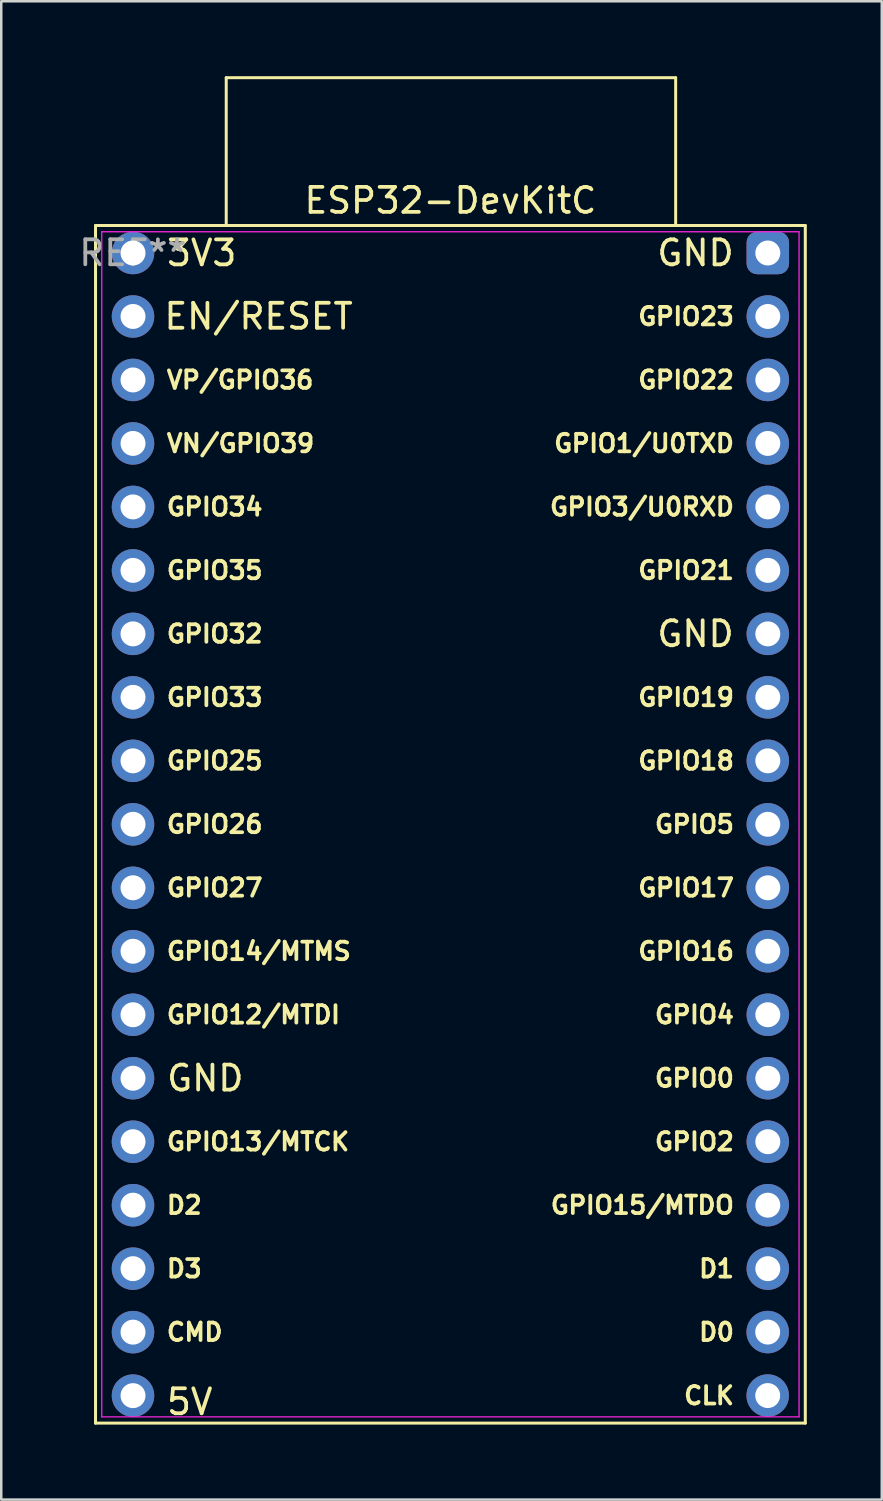
<source format=kicad_pcb>
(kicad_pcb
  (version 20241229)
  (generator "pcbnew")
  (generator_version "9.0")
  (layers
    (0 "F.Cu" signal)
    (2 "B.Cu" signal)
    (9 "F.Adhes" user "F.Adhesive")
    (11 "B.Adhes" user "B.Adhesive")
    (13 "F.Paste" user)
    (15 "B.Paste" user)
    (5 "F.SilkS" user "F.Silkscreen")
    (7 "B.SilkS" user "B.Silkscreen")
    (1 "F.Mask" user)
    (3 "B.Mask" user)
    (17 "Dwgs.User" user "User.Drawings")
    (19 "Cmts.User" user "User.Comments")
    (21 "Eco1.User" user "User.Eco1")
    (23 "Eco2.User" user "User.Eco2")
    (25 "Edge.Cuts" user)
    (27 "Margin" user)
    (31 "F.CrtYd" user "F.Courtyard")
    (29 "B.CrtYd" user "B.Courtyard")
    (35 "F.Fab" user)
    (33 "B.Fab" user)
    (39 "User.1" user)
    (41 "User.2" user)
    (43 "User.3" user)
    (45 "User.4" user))
  (footprint "ESP32-DevKitC"
    (layer "F.Cu")
    (at 2.268 7.07)
    (property "Reference" "ESP32-DevKitC" (at 12.704 -2.097 0) (layer "F.SilkS") (effects (font (size 1 1) (thickness 0.15))))
    (attr through_hole)
    (fp_line (start -1.496 46.823) (end 26.904 46.823) (stroke (width 0.12) (type solid)) (layer "F.SilkS"))
    (fp_line (start -1.496 -1.097) (end -1.496 46.823) (stroke (width 0.12) (type solid)) (layer "F.SilkS"))
    (fp_line (start 3.734 -7.01) (end 21.717 -7.01) (stroke (width 0.12) (type solid)) (layer "F.SilkS"))
    (fp_line (start 3.734 -1.118) (end 3.734 -7.01) (stroke (width 0.12) (type solid)) (layer "F.SilkS"))
    (fp_line (start 21.717 -7.01) (end 21.717 -1.118) (stroke (width 0.12) (type solid)) (layer "F.SilkS"))
    (fp_line (start 26.904 46.823) (end 26.904 -1.097) (stroke (width 0.12) (type solid)) (layer "F.SilkS"))
    (fp_line (start 26.904 -1.097) (end -1.496 -1.097) (stroke (width 0.12) (type solid)) (layer "F.SilkS"))
    (fp_line (start -1.246 -0.847) (end 26.654 -0.847) (stroke (width 0.05) (type solid)) (layer "F.CrtYd"))
    (fp_line (start -1.246 46.573) (end -1.246 -0.847) (stroke (width 0.05) (type solid)) (layer "F.CrtYd"))
    (fp_line (start 26.654 -0.847) (end 26.654 46.573) (stroke (width 0.05) (type solid)) (layer "F.CrtYd"))
    (fp_line (start 26.654 46.573) (end -1.246 46.573) (stroke (width 0.05) (type solid)) (layer "F.CrtYd"))
    (fp_text user "GPIO34" (at 1.274 10.163 0) (unlocked yes) (layer "F.SilkS") (effects (font (size 0.7 0.7) (thickness 0.15)) (justify left)))
    (fp_text user "3V3" (at 1.274 0.003 0) (unlocked yes) (layer "F.SilkS") (effects (font (size 1 1) (thickness 0.15)) (justify left)))
    (fp_text user "5V" (at 1.27 45.974 0) (unlocked yes) (layer "F.SilkS") (effects (font (size 1 1) (thickness 0.15)) (justify left)))
    (fp_text user "GPIO5" (at 24.134 22.863 0) (unlocked yes) (layer "F.SilkS") (effects (font (size 0.7 0.7) (thickness 0.15)) (justify right)))
    (fp_text user "GPIO32" (at 1.274 15.243 0) (unlocked yes) (layer "F.SilkS") (effects (font (size 0.7 0.7) (thickness 0.15)) (justify left)))
    (fp_text user "VN/GPIO39" (at 1.274 7.623 0) (unlocked yes) (layer "F.SilkS") (effects (font (size 0.7 0.7) (thickness 0.15)) (justify left)))
    (fp_text user "GPIO23" (at 24.134 2.543 0) (unlocked yes) (layer "F.SilkS") (effects (font (size 0.7 0.7) (thickness 0.15)) (justify right)))
    (fp_text user "GPIO18" (at 24.134 20.323 0) (unlocked yes) (layer "F.SilkS") (effects (font (size 0.7 0.7) (thickness 0.15)) (justify right)))
    (fp_text user "GPIO26" (at 1.274 22.863 0) (unlocked yes) (layer "F.SilkS") (effects (font (size 0.7 0.7) (thickness 0.15)) (justify left)))
    (fp_text user "GPIO1/U0TXD" (at 24.134 7.623 0) (unlocked yes) (layer "F.SilkS") (effects (font (size 0.7 0.7) (thickness 0.15)) (justify right)))
    (fp_text user "CLK" (at 24.134 45.723 0) (unlocked yes) (layer "F.SilkS") (effects (font (size 0.7 0.7) (thickness 0.15)) (justify right)))
    (fp_text user "GPIO12/MTDI" (at 1.274 30.483 0) (unlocked yes) (layer "F.SilkS") (effects (font (size 0.7 0.7) (thickness 0.15)) (justify left)))
    (fp_text user "EN/RESET" (at 8.89 2.54 0) (unlocked yes) (layer "F.SilkS") (effects (font (size 1 1) (thickness 0.15)) (justify right)))
    (fp_text user "D1" (at 24.134 40.643 0) (unlocked yes) (layer "F.SilkS") (effects (font (size 0.7 0.7) (thickness 0.15)) (justify right)))
    (fp_text user "D3" (at 1.274 40.643 0) (unlocked yes) (layer "F.SilkS") (effects (font (size 0.7 0.7) (thickness 0.15)) (justify left)))
    (fp_text user "GPIO19" (at 24.134 17.783 0) (unlocked yes) (layer "F.SilkS") (effects (font (size 0.7 0.7) (thickness 0.15)) (justify right)))
    (fp_text user "GPIO14/MTMS" (at 1.274 27.943 0) (unlocked yes) (layer "F.SilkS") (effects (font (size 0.7 0.7) (thickness 0.15)) (justify left)))
    (fp_text user "GPIO25" (at 1.274 20.323 0) (unlocked yes) (layer "F.SilkS") (effects (font (size 0.7 0.7) (thickness 0.15)) (justify left)))
    (fp_text user "GPIO22" (at 24.134 5.083 0) (unlocked yes) (layer "F.SilkS") (effects (font (size 0.7 0.7) (thickness 0.15)) (justify right)))
    (fp_text user "GPIO15/MTDO" (at 24.134 38.103 0) (unlocked yes) (layer "F.SilkS") (effects (font (size 0.7 0.7) (thickness 0.15)) (justify right)))
    (fp_text user "D2" (at 1.274 38.103 0) (unlocked yes) (layer "F.SilkS") (effects (font (size 0.7 0.7) (thickness 0.15)) (justify left)))
    (fp_text user "GND" (at 1.274 33.023 0) (unlocked yes) (layer "F.SilkS") (effects (font (size 1 1) (thickness 0.15)) (justify left)))
    (fp_text user "GPIO13/MTCK" (at 1.274 35.563 0) (unlocked yes) (layer "F.SilkS") (effects (font (size 0.7 0.7) (thickness 0.15)) (justify left)))
    (fp_text user "VP/GPIO36" (at 1.274 5.083 0) (unlocked yes) (layer "F.SilkS") (effects (font (size 0.7 0.7) (thickness 0.15)) (justify left)))
    (fp_text user "GPIO21" (at 24.134 12.703 0) (unlocked yes) (layer "F.SilkS") (effects (font (size 0.7 0.7) (thickness 0.15)) (justify right)))
    (fp_text user "GND" (at 24.134 15.243 0) (unlocked yes) (layer "F.SilkS") (effects (font (size 1 1) (thickness 0.15)) (justify right)))
    (fp_text user "GPIO35" (at 1.274 12.703 0) (unlocked yes) (layer "F.SilkS") (effects (font (size 0.7 0.7) (thickness 0.15)) (justify left)))
    (fp_text user "GND" (at 24.134 0.003 0) (unlocked yes) (layer "F.SilkS") (effects (font (size 1 1) (thickness 0.15)) (justify right)))
    (fp_text user "GPIO17" (at 24.134 25.403 0) (unlocked yes) (layer "F.SilkS") (effects (font (size 0.7 0.7) (thickness 0.15)) (justify right)))
    (fp_text user "D0" (at 24.134 43.183 0) (unlocked yes) (layer "F.SilkS") (effects (font (size 0.7 0.7) (thickness 0.15)) (justify right)))
    (fp_text user "GPIO3/U0RXD" (at 24.134 10.163 0) (unlocked yes) (layer "F.SilkS") (effects (font (size 0.7 0.7) (thickness 0.15)) (justify right)))
    (fp_text user "GPIO33" (at 1.274 17.783 0) (unlocked yes) (layer "F.SilkS") (effects (font (size 0.7 0.7) (thickness 0.15)) (justify left)))
    (fp_text user "GPIO0" (at 24.134 33.023 0) (unlocked yes) (layer "F.SilkS") (effects (font (size 0.7 0.7) (thickness 0.15)) (justify right)))
    (fp_text user "GPIO27" (at 1.274 25.403 0) (unlocked yes) (layer "F.SilkS") (effects (font (size 0.7 0.7) (thickness 0.15)) (justify left)))
    (fp_text user "GPIO16" (at 24.134 27.943 0) (unlocked yes) (layer "F.SilkS") (effects (font (size 0.7 0.7) (thickness 0.15)) (justify right)))
    (fp_text user "GPIO4" (at 24.134 30.483 0) (unlocked yes) (layer "F.SilkS") (effects (font (size 0.7 0.7) (thickness 0.15)) (justify right)))
    (fp_text user "CMD" (at 1.274 43.183 0) (unlocked yes) (layer "F.SilkS") (effects (font (size 0.7 0.7) (thickness 0.15)) (justify left)))
    (fp_text user "GPIO2" (at 24.134 35.563 0) (unlocked yes) (layer "F.SilkS") (effects (font (size 0.7 0.7) (thickness 0.15)) (justify right)))
    (fp_text user "REF**" (at 0 0 0) (layer "F.Fab") (effects (font (size 1 1) (thickness 0.15))))
    (pad "1" thru_hole circle (at 0.004 0.003 270) (size 1.7 1.7) (drill 1) (layers "*.Cu" "*.Mask"))
    (pad "2" thru_hole circle (at 0.004 2.543 270) (size 1.7 1.7) (drill 1) (layers "*.Cu" "*.Mask"))
    (pad "3" thru_hole circle (at 0.004 5.083 270) (size 1.7 1.7) (drill 1) (layers "*.Cu" "*.Mask"))
    (pad "4" thru_hole circle (at 0.004 7.623 270) (size 1.7 1.7) (drill 1) (layers "*.Cu" "*.Mask"))
    (pad "5" thru_hole circle (at 0.004 10.163 270) (size 1.7 1.7) (drill 1) (layers "*.Cu" "*.Mask"))
    (pad "6" thru_hole circle (at 0.004 12.703 270) (size 1.7 1.7) (drill 1) (layers "*.Cu" "*.Mask"))
    (pad "7" thru_hole circle (at 0.004 15.243 270) (size 1.7 1.7) (drill 1) (layers "*.Cu" "*.Mask"))
    (pad "8" thru_hole circle (at 0.004 17.783 270) (size 1.7 1.7) (drill 1) (layers "*.Cu" "*.Mask"))
    (pad "9" thru_hole circle (at 0.004 20.323 270) (size 1.7 1.7) (drill 1) (layers "*.Cu" "*.Mask"))
    (pad "10" thru_hole circle (at 0.004 22.863 270) (size 1.7 1.7) (drill 1) (layers "*.Cu" "*.Mask"))
    (pad "11" thru_hole circle (at 0.004 25.403 270) (size 1.7 1.7) (drill 1) (layers "*.Cu" "*.Mask"))
    (pad "12" thru_hole circle (at 0.004 27.943 270) (size 1.7 1.7) (drill 1) (layers "*.Cu" "*.Mask"))
    (pad "13" thru_hole circle (at 0.004 30.483 270) (size 1.7 1.7) (drill 1) (layers "*.Cu" "*.Mask"))
    (pad "14" thru_hole circle (at 0.004 33.023 270) (size 1.7 1.7) (drill 1) (layers "*.Cu" "*.Mask"))
    (pad "15" thru_hole circle (at 0.004 35.563 270) (size 1.7 1.7) (drill 1) (layers "*.Cu" "*.Mask"))
    (pad "16" thru_hole circle (at 0.004 38.103 270) (size 1.7 1.7) (drill 1) (layers "*.Cu" "*.Mask"))
    (pad "17" thru_hole circle (at 0.004 40.643 270) (size 1.7 1.7) (drill 1) (layers "*.Cu" "*.Mask"))
    (pad "18" thru_hole circle (at 0.004 43.183 270) (size 1.7 1.7) (drill 1) (layers "*.Cu" "*.Mask"))
    (pad "19" thru_hole circle (at 0.004 45.723 270) (size 1.7 1.7) (drill 1) (layers "*.Cu" "*.Mask"))
    (pad "20" thru_hole circle (at 25.4 45.72 270) (size 1.7 1.7) (drill 1) (layers "*.Cu" "*.Mask"))
    (pad "21" thru_hole circle (at 25.4 43.18 270) (size 1.7 1.7) (drill 1) (layers "*.Cu" "*.Mask"))
    (pad "22" thru_hole circle (at 25.404 40.643 270) (size 1.7 1.7) (drill 1) (layers "*.Cu" "*.Mask"))
    (pad "23" thru_hole circle (at 25.404 38.103 270) (size 1.7 1.7) (drill 1) (layers "*.Cu" "*.Mask"))
    (pad "24" thru_hole circle (at 25.404 35.563 270) (size 1.7 1.7) (drill 1) (layers "*.Cu" "*.Mask"))
    (pad "25" thru_hole circle (at 25.404 33.023 270) (size 1.7 1.7) (drill 1) (layers "*.Cu" "*.Mask"))
    (pad "26" thru_hole circle (at 25.404 30.483 270) (size 1.7 1.7) (drill 1) (layers "*.Cu" "*.Mask"))
    (pad "27" thru_hole circle (at 25.404 27.943 270) (size 1.7 1.7) (drill 1) (layers "*.Cu" "*.Mask"))
    (pad "28" thru_hole circle (at 25.404 25.403 270) (size 1.7 1.7) (drill 1) (layers "*.Cu" "*.Mask"))
    (pad "29" thru_hole circle (at 25.404 22.863 270) (size 1.7 1.7) (drill 1) (layers "*.Cu" "*.Mask"))
    (pad "30" thru_hole circle (at 25.404 20.323 270) (size 1.7 1.7) (drill 1) (layers "*.Cu" "*.Mask"))
    (pad "31" thru_hole circle (at 25.404 17.783 270) (size 1.7 1.7) (drill 1) (layers "*.Cu" "*.Mask"))
    (pad "32" thru_hole circle (at 25.404 15.243 270) (size 1.7 1.7) (drill 1) (layers "*.Cu" "*.Mask"))
    (pad "33" thru_hole circle (at 25.404 12.703 270) (size 1.7 1.7) (drill 1) (layers "*.Cu" "*.Mask"))
    (pad "34" thru_hole circle (at 25.404 10.163 270) (size 1.7 1.7) (drill 1) (layers "*.Cu" "*.Mask"))
    (pad "35" thru_hole circle (at 25.404 7.623 270) (size 1.7 1.7) (drill 1) (layers "*.Cu" "*.Mask"))
    (pad "36" thru_hole circle (at 25.404 5.083 270) (size 1.7 1.7) (drill 1) (layers "*.Cu" "*.Mask"))
    (pad "37" thru_hole circle (at 25.404 2.543 270) (size 1.7 1.7) (drill 1) (layers "*.Cu" "*.Mask"))
    (pad "38" thru_hole roundrect (at 25.404 0.003 270) (size 1.7 1.7) (drill 1) (layers "*.Cu" "*.Mask") (roundrect_rratio 0.25)))
  (gr_rect
    (start -3 -3)
    (end 32.232 56.953)
    (stroke (width 0.1) (type default))
    (fill no)
    (layer "Edge.Cuts")))
</source>
